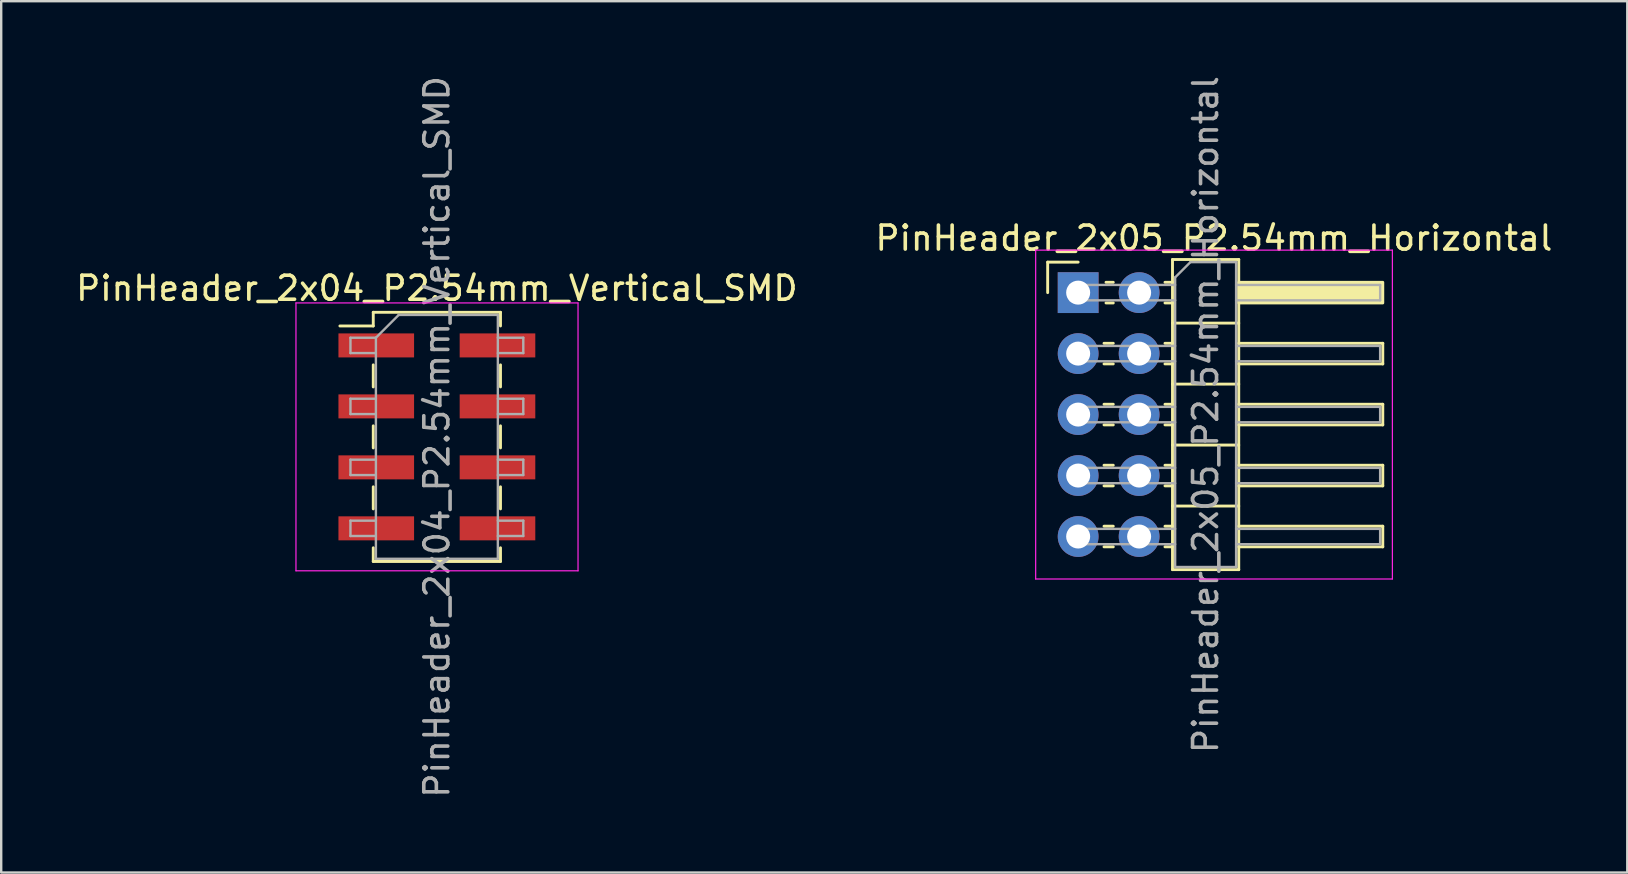
<source format=kicad_pcb>
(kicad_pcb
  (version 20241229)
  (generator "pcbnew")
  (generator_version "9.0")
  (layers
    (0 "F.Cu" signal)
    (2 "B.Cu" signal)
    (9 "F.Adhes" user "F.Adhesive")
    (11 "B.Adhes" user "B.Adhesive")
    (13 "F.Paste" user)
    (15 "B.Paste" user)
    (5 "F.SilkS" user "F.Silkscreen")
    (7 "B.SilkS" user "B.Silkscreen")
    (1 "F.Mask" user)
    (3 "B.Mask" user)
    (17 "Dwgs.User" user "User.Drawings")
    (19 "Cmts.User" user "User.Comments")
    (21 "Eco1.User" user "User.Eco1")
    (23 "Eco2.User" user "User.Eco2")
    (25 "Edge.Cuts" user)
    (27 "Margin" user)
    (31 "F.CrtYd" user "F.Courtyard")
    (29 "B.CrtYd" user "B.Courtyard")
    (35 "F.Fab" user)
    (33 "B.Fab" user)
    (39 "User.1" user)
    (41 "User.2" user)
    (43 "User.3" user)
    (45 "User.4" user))
  (footprint "PinHeader_2x05_P2.54mm_Horizontal"
    (layer "F.Cu")
    (at 41.863 9.14)
    (property "Reference" "PinHeader_2x05_P2.54mm_Horizontal" (at 5.655 -2.27 0) (layer "F.SilkS") (effects (font (size 1 1) (thickness 0.15))))
    (attr through_hole)
    (fp_line (start -1.27 -1.27) (end 0 -1.27) (stroke (width 0.12) (type solid)) (layer "F.SilkS"))
    (fp_line (start -1.27 0) (end -1.27 -1.27) (stroke (width 0.12) (type solid)) (layer "F.SilkS"))
    (fp_line (start 1.077 2.11) (end 1.463 2.11) (stroke (width 0.12) (type solid)) (layer "F.SilkS"))
    (fp_line (start 1.077 2.97) (end 1.463 2.97) (stroke (width 0.12) (type solid)) (layer "F.SilkS"))
    (fp_line (start 1.077 4.65) (end 1.463 4.65) (stroke (width 0.12) (type solid)) (layer "F.SilkS"))
    (fp_line (start 1.077 5.51) (end 1.463 5.51) (stroke (width 0.12) (type solid)) (layer "F.SilkS"))
    (fp_line (start 1.077 7.19) (end 1.463 7.19) (stroke (width 0.12) (type solid)) (layer "F.SilkS"))
    (fp_line (start 1.077 8.05) (end 1.463 8.05) (stroke (width 0.12) (type solid)) (layer "F.SilkS"))
    (fp_line (start 1.077 9.73) (end 1.463 9.73) (stroke (width 0.12) (type solid)) (layer "F.SilkS"))
    (fp_line (start 1.077 10.59) (end 1.463 10.59) (stroke (width 0.12) (type solid)) (layer "F.SilkS"))
    (fp_line (start 1.16 -0.43) (end 1.463 -0.43) (stroke (width 0.12) (type solid)) (layer "F.SilkS"))
    (fp_line (start 1.16 0.43) (end 1.463 0.43) (stroke (width 0.12) (type solid)) (layer "F.SilkS"))
    (fp_line (start 3.617 -0.43) (end 3.93 -0.43) (stroke (width 0.12) (type solid)) (layer "F.SilkS"))
    (fp_line (start 3.617 0.43) (end 3.93 0.43) (stroke (width 0.12) (type solid)) (layer "F.SilkS"))
    (fp_line (start 3.617 2.11) (end 3.93 2.11) (stroke (width 0.12) (type solid)) (layer "F.SilkS"))
    (fp_line (start 3.617 2.97) (end 3.93 2.97) (stroke (width 0.12) (type solid)) (layer "F.SilkS"))
    (fp_line (start 3.617 4.65) (end 3.93 4.65) (stroke (width 0.12) (type solid)) (layer "F.SilkS"))
    (fp_line (start 3.617 5.51) (end 3.93 5.51) (stroke (width 0.12) (type solid)) (layer "F.SilkS"))
    (fp_line (start 3.617 7.19) (end 3.93 7.19) (stroke (width 0.12) (type solid)) (layer "F.SilkS"))
    (fp_line (start 3.617 8.05) (end 3.93 8.05) (stroke (width 0.12) (type solid)) (layer "F.SilkS"))
    (fp_line (start 3.617 9.73) (end 3.93 9.73) (stroke (width 0.12) (type solid)) (layer "F.SilkS"))
    (fp_line (start 3.617 10.59) (end 3.93 10.59) (stroke (width 0.12) (type solid)) (layer "F.SilkS"))
    (fp_line (start 3.93 -1.38) (end 3.93 11.54) (stroke (width 0.12) (type solid)) (layer "F.SilkS"))
    (fp_line (start 3.93 1.27) (end 6.69 1.27) (stroke (width 0.12) (type solid)) (layer "F.SilkS"))
    (fp_line (start 3.93 3.81) (end 6.69 3.81) (stroke (width 0.12) (type solid)) (layer "F.SilkS"))
    (fp_line (start 3.93 6.35) (end 6.69 6.35) (stroke (width 0.12) (type solid)) (layer "F.SilkS"))
    (fp_line (start 3.93 8.89) (end 6.69 8.89) (stroke (width 0.12) (type solid)) (layer "F.SilkS"))
    (fp_line (start 3.93 11.54) (end 6.69 11.54) (stroke (width 0.12) (type solid)) (layer "F.SilkS"))
    (fp_line (start 6.69 -1.38) (end 3.93 -1.38) (stroke (width 0.12) (type solid)) (layer "F.SilkS"))
    (fp_line (start 6.69 2.11) (end 12.69 2.11) (stroke (width 0.12) (type solid)) (layer "F.SilkS"))
    (fp_line (start 6.69 4.65) (end 12.69 4.65) (stroke (width 0.12) (type solid)) (layer "F.SilkS"))
    (fp_line (start 6.69 7.19) (end 12.69 7.19) (stroke (width 0.12) (type solid)) (layer "F.SilkS"))
    (fp_line (start 6.69 9.73) (end 12.69 9.73) (stroke (width 0.12) (type solid)) (layer "F.SilkS"))
    (fp_line (start 6.69 11.54) (end 6.69 -1.38) (stroke (width 0.12) (type solid)) (layer "F.SilkS"))
    (fp_line (start 12.69 2.11) (end 12.69 2.97) (stroke (width 0.12) (type solid)) (layer "F.SilkS"))
    (fp_line (start 12.69 2.97) (end 6.69 2.97) (stroke (width 0.12) (type solid)) (layer "F.SilkS"))
    (fp_line (start 12.69 4.65) (end 12.69 5.51) (stroke (width 0.12) (type solid)) (layer "F.SilkS"))
    (fp_line (start 12.69 5.51) (end 6.69 5.51) (stroke (width 0.12) (type solid)) (layer "F.SilkS"))
    (fp_line (start 12.69 7.19) (end 12.69 8.05) (stroke (width 0.12) (type solid)) (layer "F.SilkS"))
    (fp_line (start 12.69 8.05) (end 6.69 8.05) (stroke (width 0.12) (type solid)) (layer "F.SilkS"))
    (fp_line (start 12.69 9.73) (end 12.69 10.59) (stroke (width 0.12) (type solid)) (layer "F.SilkS"))
    (fp_line (start 12.69 10.59) (end 6.69 10.59) (stroke (width 0.12) (type solid)) (layer "F.SilkS"))
    (fp_rect (start 6.69 -0.43) (end 12.69 0.43) (stroke (width 0.12) (type solid)) (fill yes) (layer "F.SilkS"))
    (fp_line (start -1.77 -1.77) (end -1.77 11.93) (stroke (width 0.05) (type solid)) (layer "F.CrtYd"))
    (fp_line (start -1.77 11.93) (end 13.09 11.93) (stroke (width 0.05) (type solid)) (layer "F.CrtYd"))
    (fp_line (start 13.09 -1.77) (end -1.77 -1.77) (stroke (width 0.05) (type solid)) (layer "F.CrtYd"))
    (fp_line (start 13.09 11.93) (end 13.09 -1.77) (stroke (width 0.05) (type solid)) (layer "F.CrtYd"))
    (fp_line (start -0.32 -0.32) (end -0.32 0.32) (stroke (width 0.1) (type solid)) (layer "F.Fab"))
    (fp_line (start -0.32 -0.32) (end 4.04 -0.32) (stroke (width 0.1) (type solid)) (layer "F.Fab"))
    (fp_line (start -0.32 0.32) (end 4.04 0.32) (stroke (width 0.1) (type solid)) (layer "F.Fab"))
    (fp_line (start -0.32 2.22) (end -0.32 2.86) (stroke (width 0.1) (type solid)) (layer "F.Fab"))
    (fp_line (start -0.32 2.22) (end 4.04 2.22) (stroke (width 0.1) (type solid)) (layer "F.Fab"))
    (fp_line (start -0.32 2.86) (end 4.04 2.86) (stroke (width 0.1) (type solid)) (layer "F.Fab"))
    (fp_line (start -0.32 4.76) (end -0.32 5.4) (stroke (width 0.1) (type solid)) (layer "F.Fab"))
    (fp_line (start -0.32 4.76) (end 4.04 4.76) (stroke (width 0.1) (type solid)) (layer "F.Fab"))
    (fp_line (start -0.32 5.4) (end 4.04 5.4) (stroke (width 0.1) (type solid)) (layer "F.Fab"))
    (fp_line (start -0.32 7.3) (end -0.32 7.94) (stroke (width 0.1) (type solid)) (layer "F.Fab"))
    (fp_line (start -0.32 7.3) (end 4.04 7.3) (stroke (width 0.1) (type solid)) (layer "F.Fab"))
    (fp_line (start -0.32 7.94) (end 4.04 7.94) (stroke (width 0.1) (type solid)) (layer "F.Fab"))
    (fp_line (start -0.32 9.84) (end -0.32 10.48) (stroke (width 0.1) (type solid)) (layer "F.Fab"))
    (fp_line (start -0.32 9.84) (end 4.04 9.84) (stroke (width 0.1) (type solid)) (layer "F.Fab"))
    (fp_line (start -0.32 10.48) (end 4.04 10.48) (stroke (width 0.1) (type solid)) (layer "F.Fab"))
    (fp_line (start 4.04 -0.635) (end 4.675 -1.27) (stroke (width 0.1) (type solid)) (layer "F.Fab"))
    (fp_line (start 4.04 11.43) (end 4.04 -0.635) (stroke (width 0.1) (type solid)) (layer "F.Fab"))
    (fp_line (start 4.675 -1.27) (end 6.58 -1.27) (stroke (width 0.1) (type solid)) (layer "F.Fab"))
    (fp_line (start 6.58 -1.27) (end 6.58 11.43) (stroke (width 0.1) (type solid)) (layer "F.Fab"))
    (fp_line (start 6.58 -0.32) (end 12.58 -0.32) (stroke (width 0.1) (type solid)) (layer "F.Fab"))
    (fp_line (start 6.58 0.32) (end 12.58 0.32) (stroke (width 0.1) (type solid)) (layer "F.Fab"))
    (fp_line (start 6.58 2.22) (end 12.58 2.22) (stroke (width 0.1) (type solid)) (layer "F.Fab"))
    (fp_line (start 6.58 2.86) (end 12.58 2.86) (stroke (width 0.1) (type solid)) (layer "F.Fab"))
    (fp_line (start 6.58 4.76) (end 12.58 4.76) (stroke (width 0.1) (type solid)) (layer "F.Fab"))
    (fp_line (start 6.58 5.4) (end 12.58 5.4) (stroke (width 0.1) (type solid)) (layer "F.Fab"))
    (fp_line (start 6.58 7.3) (end 12.58 7.3) (stroke (width 0.1) (type solid)) (layer "F.Fab"))
    (fp_line (start 6.58 7.94) (end 12.58 7.94) (stroke (width 0.1) (type solid)) (layer "F.Fab"))
    (fp_line (start 6.58 9.84) (end 12.58 9.84) (stroke (width 0.1) (type solid)) (layer "F.Fab"))
    (fp_line (start 6.58 10.48) (end 12.58 10.48) (stroke (width 0.1) (type solid)) (layer "F.Fab"))
    (fp_line (start 6.58 11.43) (end 4.04 11.43) (stroke (width 0.1) (type solid)) (layer "F.Fab"))
    (fp_line (start 12.58 -0.32) (end 12.58 0.32) (stroke (width 0.1) (type solid)) (layer "F.Fab"))
    (fp_line (start 12.58 2.22) (end 12.58 2.86) (stroke (width 0.1) (type solid)) (layer "F.Fab"))
    (fp_line (start 12.58 4.76) (end 12.58 5.4) (stroke (width 0.1) (type solid)) (layer "F.Fab"))
    (fp_line (start 12.58 7.3) (end 12.58 7.94) (stroke (width 0.1) (type solid)) (layer "F.Fab"))
    (fp_line (start 12.58 9.84) (end 12.58 10.48) (stroke (width 0.1) (type solid)) (layer "F.Fab"))
    (fp_text user "${REFERENCE}" (at 5.31 5.08 90) (layer "F.Fab") (effects (font (size 1 1) (thickness 0.15))))
    (pad "1" thru_hole rect (at 0 0) (size 1.7 1.7) (drill 1) (layers "*.Cu" "*.Mask"))
    (pad "2" thru_hole circle (at 2.54 0) (size 1.7 1.7) (drill 1) (layers "*.Cu" "*.Mask"))
    (pad "3" thru_hole circle (at 0 2.54) (size 1.7 1.7) (drill 1) (layers "*.Cu" "*.Mask"))
    (pad "4" thru_hole circle (at 2.54 2.54) (size 1.7 1.7) (drill 1) (layers "*.Cu" "*.Mask"))
    (pad "5" thru_hole circle (at 0 5.08) (size 1.7 1.7) (drill 1) (layers "*.Cu" "*.Mask"))
    (pad "6" thru_hole circle (at 2.54 5.08) (size 1.7 1.7) (drill 1) (layers "*.Cu" "*.Mask"))
    (pad "7" thru_hole circle (at 0 7.62) (size 1.7 1.7) (drill 1) (layers "*.Cu" "*.Mask"))
    (pad "8" thru_hole circle (at 2.54 7.62) (size 1.7 1.7) (drill 1) (layers "*.Cu" "*.Mask"))
    (pad "9" thru_hole circle (at 0 10.16) (size 1.7 1.7) (drill 1) (layers "*.Cu" "*.Mask"))
    (pad "10" thru_hole circle (at 2.54 10.16) (size 1.7 1.7) (drill 1) (layers "*.Cu" "*.Mask")))
  (footprint "PinHeader_2x04_P2.54mm_Vertical_SMD"
    (layer "F.Cu")
    (at 15.149 15.149)
    (property "Reference" "PinHeader_2x04_P2.54mm_Vertical_SMD" (at 0 -6.19 0) (layer "F.SilkS") (effects (font (size 1 1) (thickness 0.15))))
    (attr smd)
    (fp_line (start -4.04 -4.62) (end -2.65 -4.62) (stroke (width 0.12) (type solid)) (layer "F.SilkS"))
    (fp_line (start -2.65 -5.19) (end -2.65 -4.62) (stroke (width 0.12) (type solid)) (layer "F.SilkS"))
    (fp_line (start -2.65 -5.19) (end 2.65 -5.19) (stroke (width 0.12) (type solid)) (layer "F.SilkS"))
    (fp_line (start -2.65 -3) (end -2.65 -2.08) (stroke (width 0.12) (type solid)) (layer "F.SilkS"))
    (fp_line (start -2.65 -0.46) (end -2.65 0.46) (stroke (width 0.12) (type solid)) (layer "F.SilkS"))
    (fp_line (start -2.65 2.08) (end -2.65 3) (stroke (width 0.12) (type solid)) (layer "F.SilkS"))
    (fp_line (start -2.65 4.62) (end -2.65 5.19) (stroke (width 0.12) (type solid)) (layer "F.SilkS"))
    (fp_line (start -2.65 5.19) (end 2.65 5.19) (stroke (width 0.12) (type solid)) (layer "F.SilkS"))
    (fp_line (start 2.65 -5.19) (end 2.65 -4.62) (stroke (width 0.12) (type solid)) (layer "F.SilkS"))
    (fp_line (start 2.65 -3) (end 2.65 -2.08) (stroke (width 0.12) (type solid)) (layer "F.SilkS"))
    (fp_line (start 2.65 -0.46) (end 2.65 0.46) (stroke (width 0.12) (type solid)) (layer "F.SilkS"))
    (fp_line (start 2.65 2.08) (end 2.65 3) (stroke (width 0.12) (type solid)) (layer "F.SilkS"))
    (fp_line (start 2.65 4.62) (end 2.65 5.19) (stroke (width 0.12) (type solid)) (layer "F.SilkS"))
    (fp_line (start -5.87 -5.58) (end -5.87 5.58) (stroke (width 0.05) (type solid)) (layer "F.CrtYd"))
    (fp_line (start -5.87 5.58) (end 5.88 5.58) (stroke (width 0.05) (type solid)) (layer "F.CrtYd"))
    (fp_line (start 5.88 -5.58) (end -5.87 -5.58) (stroke (width 0.05) (type solid)) (layer "F.CrtYd"))
    (fp_line (start 5.88 5.58) (end 5.88 -5.58) (stroke (width 0.05) (type solid)) (layer "F.CrtYd"))
    (fp_line (start -3.6 -4.13) (end -3.6 -3.49) (stroke (width 0.1) (type solid)) (layer "F.Fab"))
    (fp_line (start -3.6 -3.49) (end -2.54 -3.49) (stroke (width 0.1) (type solid)) (layer "F.Fab"))
    (fp_line (start -3.6 -1.59) (end -3.6 -0.95) (stroke (width 0.1) (type solid)) (layer "F.Fab"))
    (fp_line (start -3.6 -0.95) (end -2.54 -0.95) (stroke (width 0.1) (type solid)) (layer "F.Fab"))
    (fp_line (start -3.6 0.95) (end -3.6 1.59) (stroke (width 0.1) (type solid)) (layer "F.Fab"))
    (fp_line (start -3.6 1.59) (end -2.54 1.59) (stroke (width 0.1) (type solid)) (layer "F.Fab"))
    (fp_line (start -3.6 3.49) (end -3.6 4.13) (stroke (width 0.1) (type solid)) (layer "F.Fab"))
    (fp_line (start -3.6 4.13) (end -2.54 4.13) (stroke (width 0.1) (type solid)) (layer "F.Fab"))
    (fp_line (start -2.54 -4.13) (end -3.6 -4.13) (stroke (width 0.1) (type solid)) (layer "F.Fab"))
    (fp_line (start -2.54 -4.13) (end -1.59 -5.08) (stroke (width 0.1) (type solid)) (layer "F.Fab"))
    (fp_line (start -2.54 -1.59) (end -3.6 -1.59) (stroke (width 0.1) (type solid)) (layer "F.Fab"))
    (fp_line (start -2.54 0.95) (end -3.6 0.95) (stroke (width 0.1) (type solid)) (layer "F.Fab"))
    (fp_line (start -2.54 3.49) (end -3.6 3.49) (stroke (width 0.1) (type solid)) (layer "F.Fab"))
    (fp_line (start -2.54 5.08) (end -2.54 -4.13) (stroke (width 0.1) (type solid)) (layer "F.Fab"))
    (fp_line (start -1.59 -5.08) (end 2.54 -5.08) (stroke (width 0.1) (type solid)) (layer "F.Fab"))
    (fp_line (start 2.54 -5.08) (end 2.54 5.08) (stroke (width 0.1) (type solid)) (layer "F.Fab"))
    (fp_line (start 2.54 -4.13) (end 3.6 -4.13) (stroke (width 0.1) (type solid)) (layer "F.Fab"))
    (fp_line (start 2.54 -1.59) (end 3.6 -1.59) (stroke (width 0.1) (type solid)) (layer "F.Fab"))
    (fp_line (start 2.54 0.95) (end 3.6 0.95) (stroke (width 0.1) (type solid)) (layer "F.Fab"))
    (fp_line (start 2.54 3.49) (end 3.6 3.49) (stroke (width 0.1) (type solid)) (layer "F.Fab"))
    (fp_line (start 2.54 5.08) (end -2.54 5.08) (stroke (width 0.1) (type solid)) (layer "F.Fab"))
    (fp_line (start 3.6 -4.13) (end 3.6 -3.49) (stroke (width 0.1) (type solid)) (layer "F.Fab"))
    (fp_line (start 3.6 -3.49) (end 2.54 -3.49) (stroke (width 0.1) (type solid)) (layer "F.Fab"))
    (fp_line (start 3.6 -1.59) (end 3.6 -0.95) (stroke (width 0.1) (type solid)) (layer "F.Fab"))
    (fp_line (start 3.6 -0.95) (end 2.54 -0.95) (stroke (width 0.1) (type solid)) (layer "F.Fab"))
    (fp_line (start 3.6 0.95) (end 3.6 1.59) (stroke (width 0.1) (type solid)) (layer "F.Fab"))
    (fp_line (start 3.6 1.59) (end 2.54 1.59) (stroke (width 0.1) (type solid)) (layer "F.Fab"))
    (fp_line (start 3.6 3.49) (end 3.6 4.13) (stroke (width 0.1) (type solid)) (layer "F.Fab"))
    (fp_line (start 3.6 4.13) (end 2.54 4.13) (stroke (width 0.1) (type solid)) (layer "F.Fab"))
    (fp_text user "${REFERENCE}" (at 0 0 90) (layer "F.Fab") (effects (font (size 1 1) (thickness 0.15))))
    (pad "1" smd rect (at -2.525 -3.81) (size 3.15 1) (layers "F.Cu" "F.Mask" "F.Paste"))
    (pad "2" smd rect (at 2.525 -3.81) (size 3.15 1) (layers "F.Cu" "F.Mask" "F.Paste"))
    (pad "3" smd rect (at -2.525 -1.27) (size 3.15 1) (layers "F.Cu" "F.Mask" "F.Paste"))
    (pad "4" smd rect (at 2.525 -1.27) (size 3.15 1) (layers "F.Cu" "F.Mask" "F.Paste"))
    (pad "5" smd rect (at -2.525 1.27) (size 3.15 1) (layers "F.Cu" "F.Mask" "F.Paste"))
    (pad "6" smd rect (at 2.525 1.27) (size 3.15 1) (layers "F.Cu" "F.Mask" "F.Paste"))
    (pad "7" smd rect (at -2.525 3.81) (size 3.15 1) (layers "F.Cu" "F.Mask" "F.Paste"))
    (pad "8" smd rect (at 2.525 3.81) (size 3.15 1) (layers "F.Cu" "F.Mask" "F.Paste")))
  (gr_rect
    (start -3 -3)
    (end 64.738 33.298)
    (stroke (width 0.1) (type default))
    (fill no)
    (layer "Edge.Cuts")))
</source>
